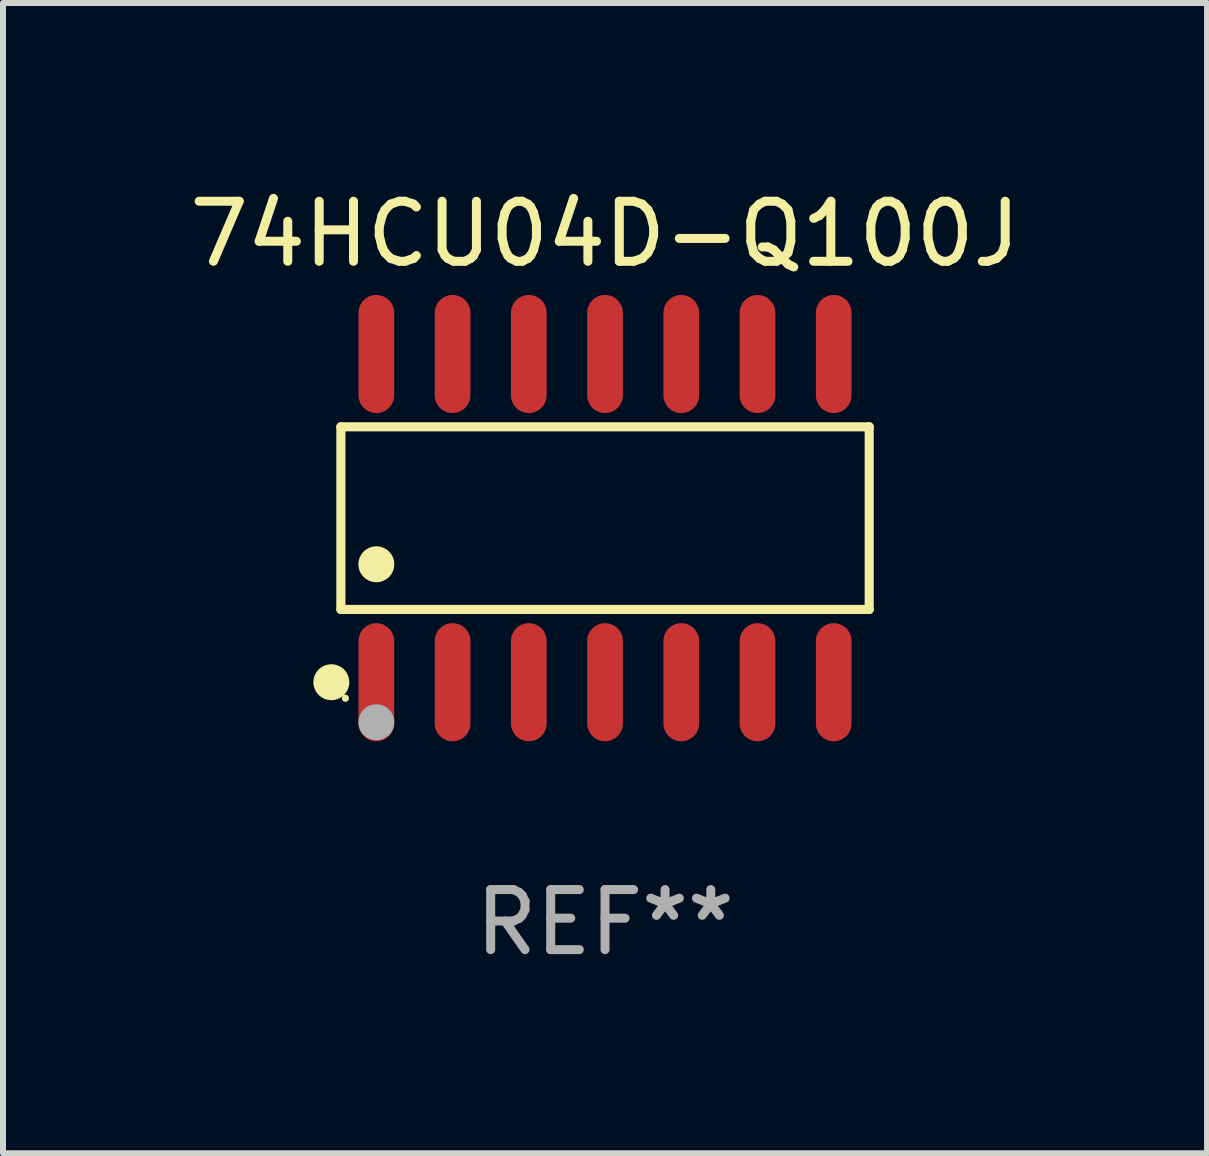
<source format=kicad_pcb>
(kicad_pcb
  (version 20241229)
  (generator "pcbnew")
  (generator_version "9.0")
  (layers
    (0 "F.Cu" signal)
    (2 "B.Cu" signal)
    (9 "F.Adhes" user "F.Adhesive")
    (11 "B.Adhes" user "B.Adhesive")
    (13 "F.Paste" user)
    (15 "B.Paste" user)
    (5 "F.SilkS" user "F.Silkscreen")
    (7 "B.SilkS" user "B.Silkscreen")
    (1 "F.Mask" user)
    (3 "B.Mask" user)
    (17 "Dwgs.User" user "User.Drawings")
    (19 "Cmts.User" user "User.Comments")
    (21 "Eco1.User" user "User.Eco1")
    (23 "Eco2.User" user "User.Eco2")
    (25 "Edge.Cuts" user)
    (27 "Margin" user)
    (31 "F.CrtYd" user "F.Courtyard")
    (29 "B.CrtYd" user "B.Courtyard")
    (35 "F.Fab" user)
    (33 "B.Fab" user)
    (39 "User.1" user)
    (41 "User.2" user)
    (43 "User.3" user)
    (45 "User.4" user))
  (footprint "74HCU04D-Q100J"
    (layer "F.Cu")
    (at 7.03 5.582)
    (property "Reference" "74HCU04D-Q100J" (at 0 -4.734 0) (layer "F.SilkS") (effects (font (size 1 1) (thickness 0.15))))
    (attr through_hole)
    (fp_line (start -4.401 -1.521) (end 4.401 -1.521) (stroke (width 0.152) (type solid)) (layer "F.SilkS"))
    (fp_line (start -4.401 1.521) (end -4.401 -1.521) (stroke (width 0.152) (type solid)) (layer "F.SilkS"))
    (fp_line (start 4.401 -1.521) (end 4.401 1.521) (stroke (width 0.152) (type solid)) (layer "F.SilkS"))
    (fp_line (start 4.401 1.521) (end -4.401 1.521) (stroke (width 0.152) (type solid)) (layer "F.SilkS"))
    (fp_circle (center -4.56 2.734) (end -4.41 2.734) (stroke (width 0.3) (type solid)) (fill no) (layer "F.SilkS"))
    (fp_circle (center -4.325 3) (end -4.295 3) (stroke (width 0.06) (type solid)) (fill no) (layer "F.SilkS"))
    (fp_circle (center -3.81 0.769) (end -3.66 0.769) (stroke (width 0.3) (type solid)) (fill no) (layer "F.SilkS"))
    (fp_circle (center -3.81 3.4) (end -3.66 3.4) (stroke (width 0.3) (type solid)) (fill no) (layer "F.Fab"))
    (fp_text user "REF**" (at 0 6.734 0) (layer "F.Fab") (effects (font (size 1 1) (thickness 0.15))))
    (pad "1" smd oval (at -3.81 2.734) (size 0.595 1.968) (layers "F.Cu" "F.Mask" "F.Paste"))
    (pad "2" smd oval (at -2.54 2.734) (size 0.595 1.968) (layers "F.Cu" "F.Mask" "F.Paste"))
    (pad "3" smd oval (at -1.27 2.734) (size 0.595 1.968) (layers "F.Cu" "F.Mask" "F.Paste"))
    (pad "4" smd oval (at 0 2.734) (size 0.595 1.968) (layers "F.Cu" "F.Mask" "F.Paste"))
    (pad "5" smd oval (at 1.27 2.734) (size 0.595 1.968) (layers "F.Cu" "F.Mask" "F.Paste"))
    (pad "6" smd oval (at 2.54 2.734) (size 0.595 1.968) (layers "F.Cu" "F.Mask" "F.Paste"))
    (pad "7" smd oval (at 3.81 2.734) (size 0.595 1.968) (layers "F.Cu" "F.Mask" "F.Paste"))
    (pad "8" smd oval (at 3.81 -2.734) (size 0.595 1.968) (layers "F.Cu" "F.Mask" "F.Paste"))
    (pad "9" smd oval (at 2.54 -2.734) (size 0.595 1.968) (layers "F.Cu" "F.Mask" "F.Paste"))
    (pad "10" smd oval (at 1.27 -2.734) (size 0.595 1.968) (layers "F.Cu" "F.Mask" "F.Paste"))
    (pad "11" smd oval (at 0 -2.734) (size 0.595 1.968) (layers "F.Cu" "F.Mask" "F.Paste"))
    (pad "12" smd oval (at -1.27 -2.734) (size 0.595 1.968) (layers "F.Cu" "F.Mask" "F.Paste"))
    (pad "13" smd oval (at -2.54 -2.734) (size 0.595 1.968) (layers "F.Cu" "F.Mask" "F.Paste"))
    (pad "14" smd oval (at -3.81 -2.734) (size 0.595 1.968) (layers "F.Cu" "F.Mask" "F.Paste")))
  (gr_rect
    (start -3 -3)
    (end 17.06 16.164)
    (stroke (width 0.1) (type default))
    (fill no)
    (layer "Edge.Cuts")))
</source>
